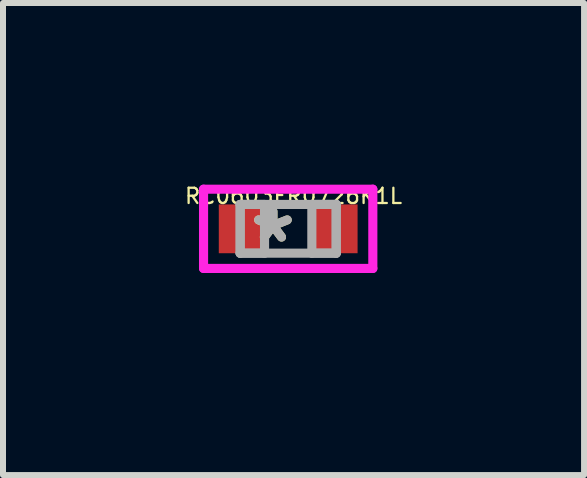
<source format=kicad_pcb>
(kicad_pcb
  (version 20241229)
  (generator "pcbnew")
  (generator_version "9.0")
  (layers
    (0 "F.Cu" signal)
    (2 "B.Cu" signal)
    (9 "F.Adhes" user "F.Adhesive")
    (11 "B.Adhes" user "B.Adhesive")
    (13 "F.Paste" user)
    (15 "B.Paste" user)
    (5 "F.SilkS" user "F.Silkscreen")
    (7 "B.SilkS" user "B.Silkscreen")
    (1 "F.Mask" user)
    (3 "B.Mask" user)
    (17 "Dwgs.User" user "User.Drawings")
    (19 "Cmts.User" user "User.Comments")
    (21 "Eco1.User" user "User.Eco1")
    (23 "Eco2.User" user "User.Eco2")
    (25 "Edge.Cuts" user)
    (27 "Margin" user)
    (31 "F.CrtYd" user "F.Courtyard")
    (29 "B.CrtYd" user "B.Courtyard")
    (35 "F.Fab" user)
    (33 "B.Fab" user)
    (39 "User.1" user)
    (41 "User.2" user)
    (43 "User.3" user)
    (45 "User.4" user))
  (footprint "RC0603FR0726K1L"
    (layer "F.Cu")
    (at 1.751 0.762)
    (property "Reference" "RC0603FR0726K1L" (at 0.089 -0.546 0) (layer "F.SilkS") (effects (font (size 0.254 0.254) (thickness 0.038))))
    (attr smd)
    (fp_line (start -1.41 -0.66) (end 1.41 -0.66) (stroke (width 0.152) (type solid)) (layer "F.CrtYd"))
    (fp_line (start -1.41 0.66) (end -1.41 -0.66) (stroke (width 0.152) (type solid)) (layer "F.CrtYd"))
    (fp_line (start 1.41 -0.66) (end 1.41 0.66) (stroke (width 0.152) (type solid)) (layer "F.CrtYd"))
    (fp_line (start 1.41 0.66) (end -1.41 0.66) (stroke (width 0.152) (type solid)) (layer "F.CrtYd"))
    (fp_line (start -0.8 -0.406) (end -0.8 0.406) (stroke (width 0.152) (type solid)) (layer "F.Fab"))
    (fp_line (start -0.8 -0.406) (end -0.8 0.406) (stroke (width 0.152) (type solid)) (layer "F.Fab"))
    (fp_line (start -0.8 0.406) (end -0.394 0.406) (stroke (width 0.152) (type solid)) (layer "F.Fab"))
    (fp_line (start -0.8 0.406) (end 0.8 0.406) (stroke (width 0.152) (type solid)) (layer "F.Fab"))
    (fp_line (start -0.394 -0.406) (end -0.8 -0.406) (stroke (width 0.152) (type solid)) (layer "F.Fab"))
    (fp_line (start -0.394 0.406) (end -0.394 -0.406) (stroke (width 0.152) (type solid)) (layer "F.Fab"))
    (fp_line (start 0.394 -0.406) (end 0.394 0.406) (stroke (width 0.152) (type solid)) (layer "F.Fab"))
    (fp_line (start 0.394 0.406) (end 0.8 0.406) (stroke (width 0.152) (type solid)) (layer "F.Fab"))
    (fp_line (start 0.8 -0.406) (end -0.8 -0.406) (stroke (width 0.152) (type solid)) (layer "F.Fab"))
    (fp_line (start 0.8 -0.406) (end 0.394 -0.406) (stroke (width 0.152) (type solid)) (layer "F.Fab"))
    (fp_line (start 0.8 0.406) (end 0.8 -0.406) (stroke (width 0.152) (type solid)) (layer "F.Fab"))
    (fp_line (start 0.8 0.406) (end 0.8 -0.406) (stroke (width 0.152) (type solid)) (layer "F.Fab"))
    (fp_text user "*" (at -0.254 0.254 0) (layer "F.SilkS") (effects (font (size 1 1) (thickness 0.15))))
    (fp_text user "*" (at -0.254 0.254 0) (layer "F.Fab") (effects (font (size 1 1) (thickness 0.15))))
    (pad "1" smd rect (at -0.775 0) (size 0.762 0.813) (layers "F.Cu" "F.Mask" "F.Paste"))
    (pad "2" smd rect (at 0.775 0) (size 0.762 0.813) (layers "F.Cu" "F.Mask" "F.Paste")))
  (gr_rect
    (start -3 -3)
    (end 6.68 4.864)
    (stroke (width 0.1) (type default))
    (fill no)
    (layer "Edge.Cuts")))
</source>
